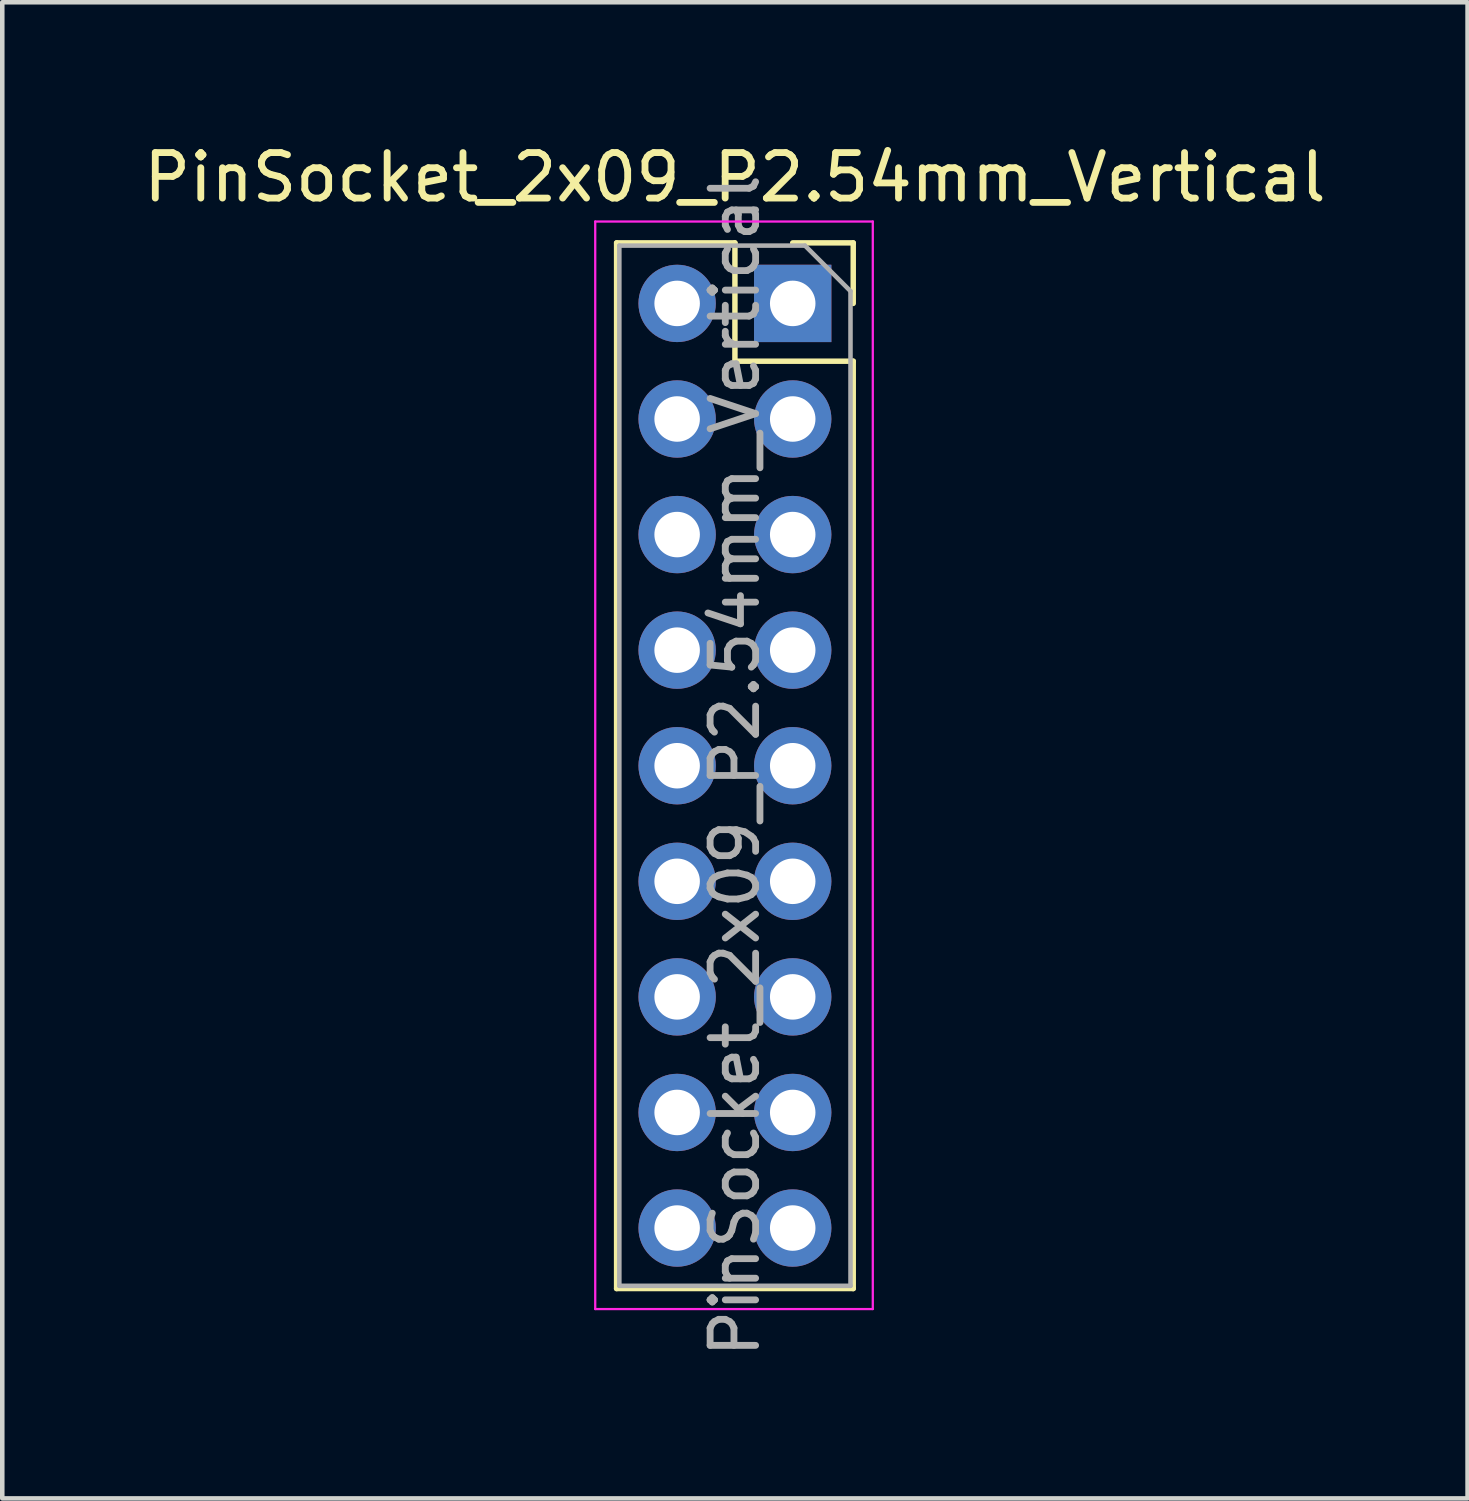
<source format=kicad_pcb>
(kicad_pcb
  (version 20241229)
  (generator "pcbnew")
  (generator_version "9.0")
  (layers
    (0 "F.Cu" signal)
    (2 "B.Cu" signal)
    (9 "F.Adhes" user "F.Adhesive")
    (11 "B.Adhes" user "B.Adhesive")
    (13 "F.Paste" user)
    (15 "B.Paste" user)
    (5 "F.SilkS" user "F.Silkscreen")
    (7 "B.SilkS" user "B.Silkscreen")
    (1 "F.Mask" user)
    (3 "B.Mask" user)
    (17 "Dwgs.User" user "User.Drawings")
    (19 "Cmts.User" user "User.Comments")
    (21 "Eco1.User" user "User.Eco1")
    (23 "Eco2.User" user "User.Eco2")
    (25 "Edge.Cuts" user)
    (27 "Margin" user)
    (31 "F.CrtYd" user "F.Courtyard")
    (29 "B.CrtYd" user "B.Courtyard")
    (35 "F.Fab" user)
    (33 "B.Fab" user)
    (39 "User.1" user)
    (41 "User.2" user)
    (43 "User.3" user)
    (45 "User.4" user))
  (footprint "PinSocket_2x09_P2.54mm_Vertical"
    (layer "F.Cu")
    (at 14.371 3.618)
    (property "Reference" "PinSocket_2x09_P2.54mm_Vertical" (at -1.27 -2.77 0) (layer "F.SilkS") (effects (font (size 1 1) (thickness 0.15))))
    (attr through_hole)
    (fp_line (start -3.87 -1.33) (end -3.87 21.65) (stroke (width 0.12) (type solid)) (layer "F.SilkS"))
    (fp_line (start -3.87 -1.33) (end -1.27 -1.33) (stroke (width 0.12) (type solid)) (layer "F.SilkS"))
    (fp_line (start -3.87 21.65) (end 1.33 21.65) (stroke (width 0.12) (type solid)) (layer "F.SilkS"))
    (fp_line (start -1.27 -1.33) (end -1.27 1.27) (stroke (width 0.12) (type solid)) (layer "F.SilkS"))
    (fp_line (start -1.27 1.27) (end 1.33 1.27) (stroke (width 0.12) (type solid)) (layer "F.SilkS"))
    (fp_line (start 0 -1.33) (end 1.33 -1.33) (stroke (width 0.12) (type solid)) (layer "F.SilkS"))
    (fp_line (start 1.33 -1.33) (end 1.33 0) (stroke (width 0.12) (type solid)) (layer "F.SilkS"))
    (fp_line (start 1.33 1.27) (end 1.33 21.65) (stroke (width 0.12) (type solid)) (layer "F.SilkS"))
    (fp_line (start -4.34 -1.8) (end 1.76 -1.8) (stroke (width 0.05) (type solid)) (layer "F.CrtYd"))
    (fp_line (start -4.34 22.1) (end -4.34 -1.8) (stroke (width 0.05) (type solid)) (layer "F.CrtYd"))
    (fp_line (start 1.76 -1.8) (end 1.76 22.1) (stroke (width 0.05) (type solid)) (layer "F.CrtYd"))
    (fp_line (start 1.76 22.1) (end -4.34 22.1) (stroke (width 0.05) (type solid)) (layer "F.CrtYd"))
    (fp_line (start -3.81 -1.27) (end 0.27 -1.27) (stroke (width 0.1) (type solid)) (layer "F.Fab"))
    (fp_line (start -3.81 21.59) (end -3.81 -1.27) (stroke (width 0.1) (type solid)) (layer "F.Fab"))
    (fp_line (start 0.27 -1.27) (end 1.27 -0.27) (stroke (width 0.1) (type solid)) (layer "F.Fab"))
    (fp_line (start 1.27 -0.27) (end 1.27 21.59) (stroke (width 0.1) (type solid)) (layer "F.Fab"))
    (fp_line (start 1.27 21.59) (end -3.81 21.59) (stroke (width 0.1) (type solid)) (layer "F.Fab"))
    (fp_text user "${REFERENCE}" (at -1.27 10.16 90) (layer "F.Fab") (effects (font (size 1 1) (thickness 0.15))))
    (pad "1" thru_hole rect (at 0 0) (size 1.7 1.7) (drill 1) (layers "*.Cu" "*.Mask"))
    (pad "2" thru_hole circle (at -2.54 0) (size 1.7 1.7) (drill 1) (layers "*.Cu" "*.Mask"))
    (pad "3" thru_hole circle (at 0 2.54) (size 1.7 1.7) (drill 1) (layers "*.Cu" "*.Mask"))
    (pad "4" thru_hole circle (at -2.54 2.54) (size 1.7 1.7) (drill 1) (layers "*.Cu" "*.Mask"))
    (pad "5" thru_hole circle (at 0 5.08) (size 1.7 1.7) (drill 1) (layers "*.Cu" "*.Mask"))
    (pad "6" thru_hole circle (at -2.54 5.08) (size 1.7 1.7) (drill 1) (layers "*.Cu" "*.Mask"))
    (pad "7" thru_hole circle (at 0 7.62) (size 1.7 1.7) (drill 1) (layers "*.Cu" "*.Mask"))
    (pad "8" thru_hole circle (at -2.54 7.62) (size 1.7 1.7) (drill 1) (layers "*.Cu" "*.Mask"))
    (pad "9" thru_hole circle (at 0 10.16) (size 1.7 1.7) (drill 1) (layers "*.Cu" "*.Mask"))
    (pad "10" thru_hole circle (at -2.54 10.16) (size 1.7 1.7) (drill 1) (layers "*.Cu" "*.Mask"))
    (pad "11" thru_hole circle (at 0 12.7) (size 1.7 1.7) (drill 1) (layers "*.Cu" "*.Mask"))
    (pad "12" thru_hole circle (at -2.54 12.7) (size 1.7 1.7) (drill 1) (layers "*.Cu" "*.Mask"))
    (pad "13" thru_hole circle (at 0 15.24) (size 1.7 1.7) (drill 1) (layers "*.Cu" "*.Mask"))
    (pad "14" thru_hole circle (at -2.54 15.24) (size 1.7 1.7) (drill 1) (layers "*.Cu" "*.Mask"))
    (pad "15" thru_hole circle (at 0 17.78) (size 1.7 1.7) (drill 1) (layers "*.Cu" "*.Mask"))
    (pad "16" thru_hole circle (at -2.54 17.78) (size 1.7 1.7) (drill 1) (layers "*.Cu" "*.Mask"))
    (pad "17" thru_hole circle (at 0 20.32) (size 1.7 1.7) (drill 1) (layers "*.Cu" "*.Mask"))
    (pad "18" thru_hole circle (at -2.54 20.32) (size 1.7 1.7) (drill 1) (layers "*.Cu" "*.Mask")))
  (gr_rect
    (start -3 -3)
    (end 29.202 29.879)
    (stroke (width 0.1) (type default))
    (fill no)
    (layer "Edge.Cuts")))
</source>
